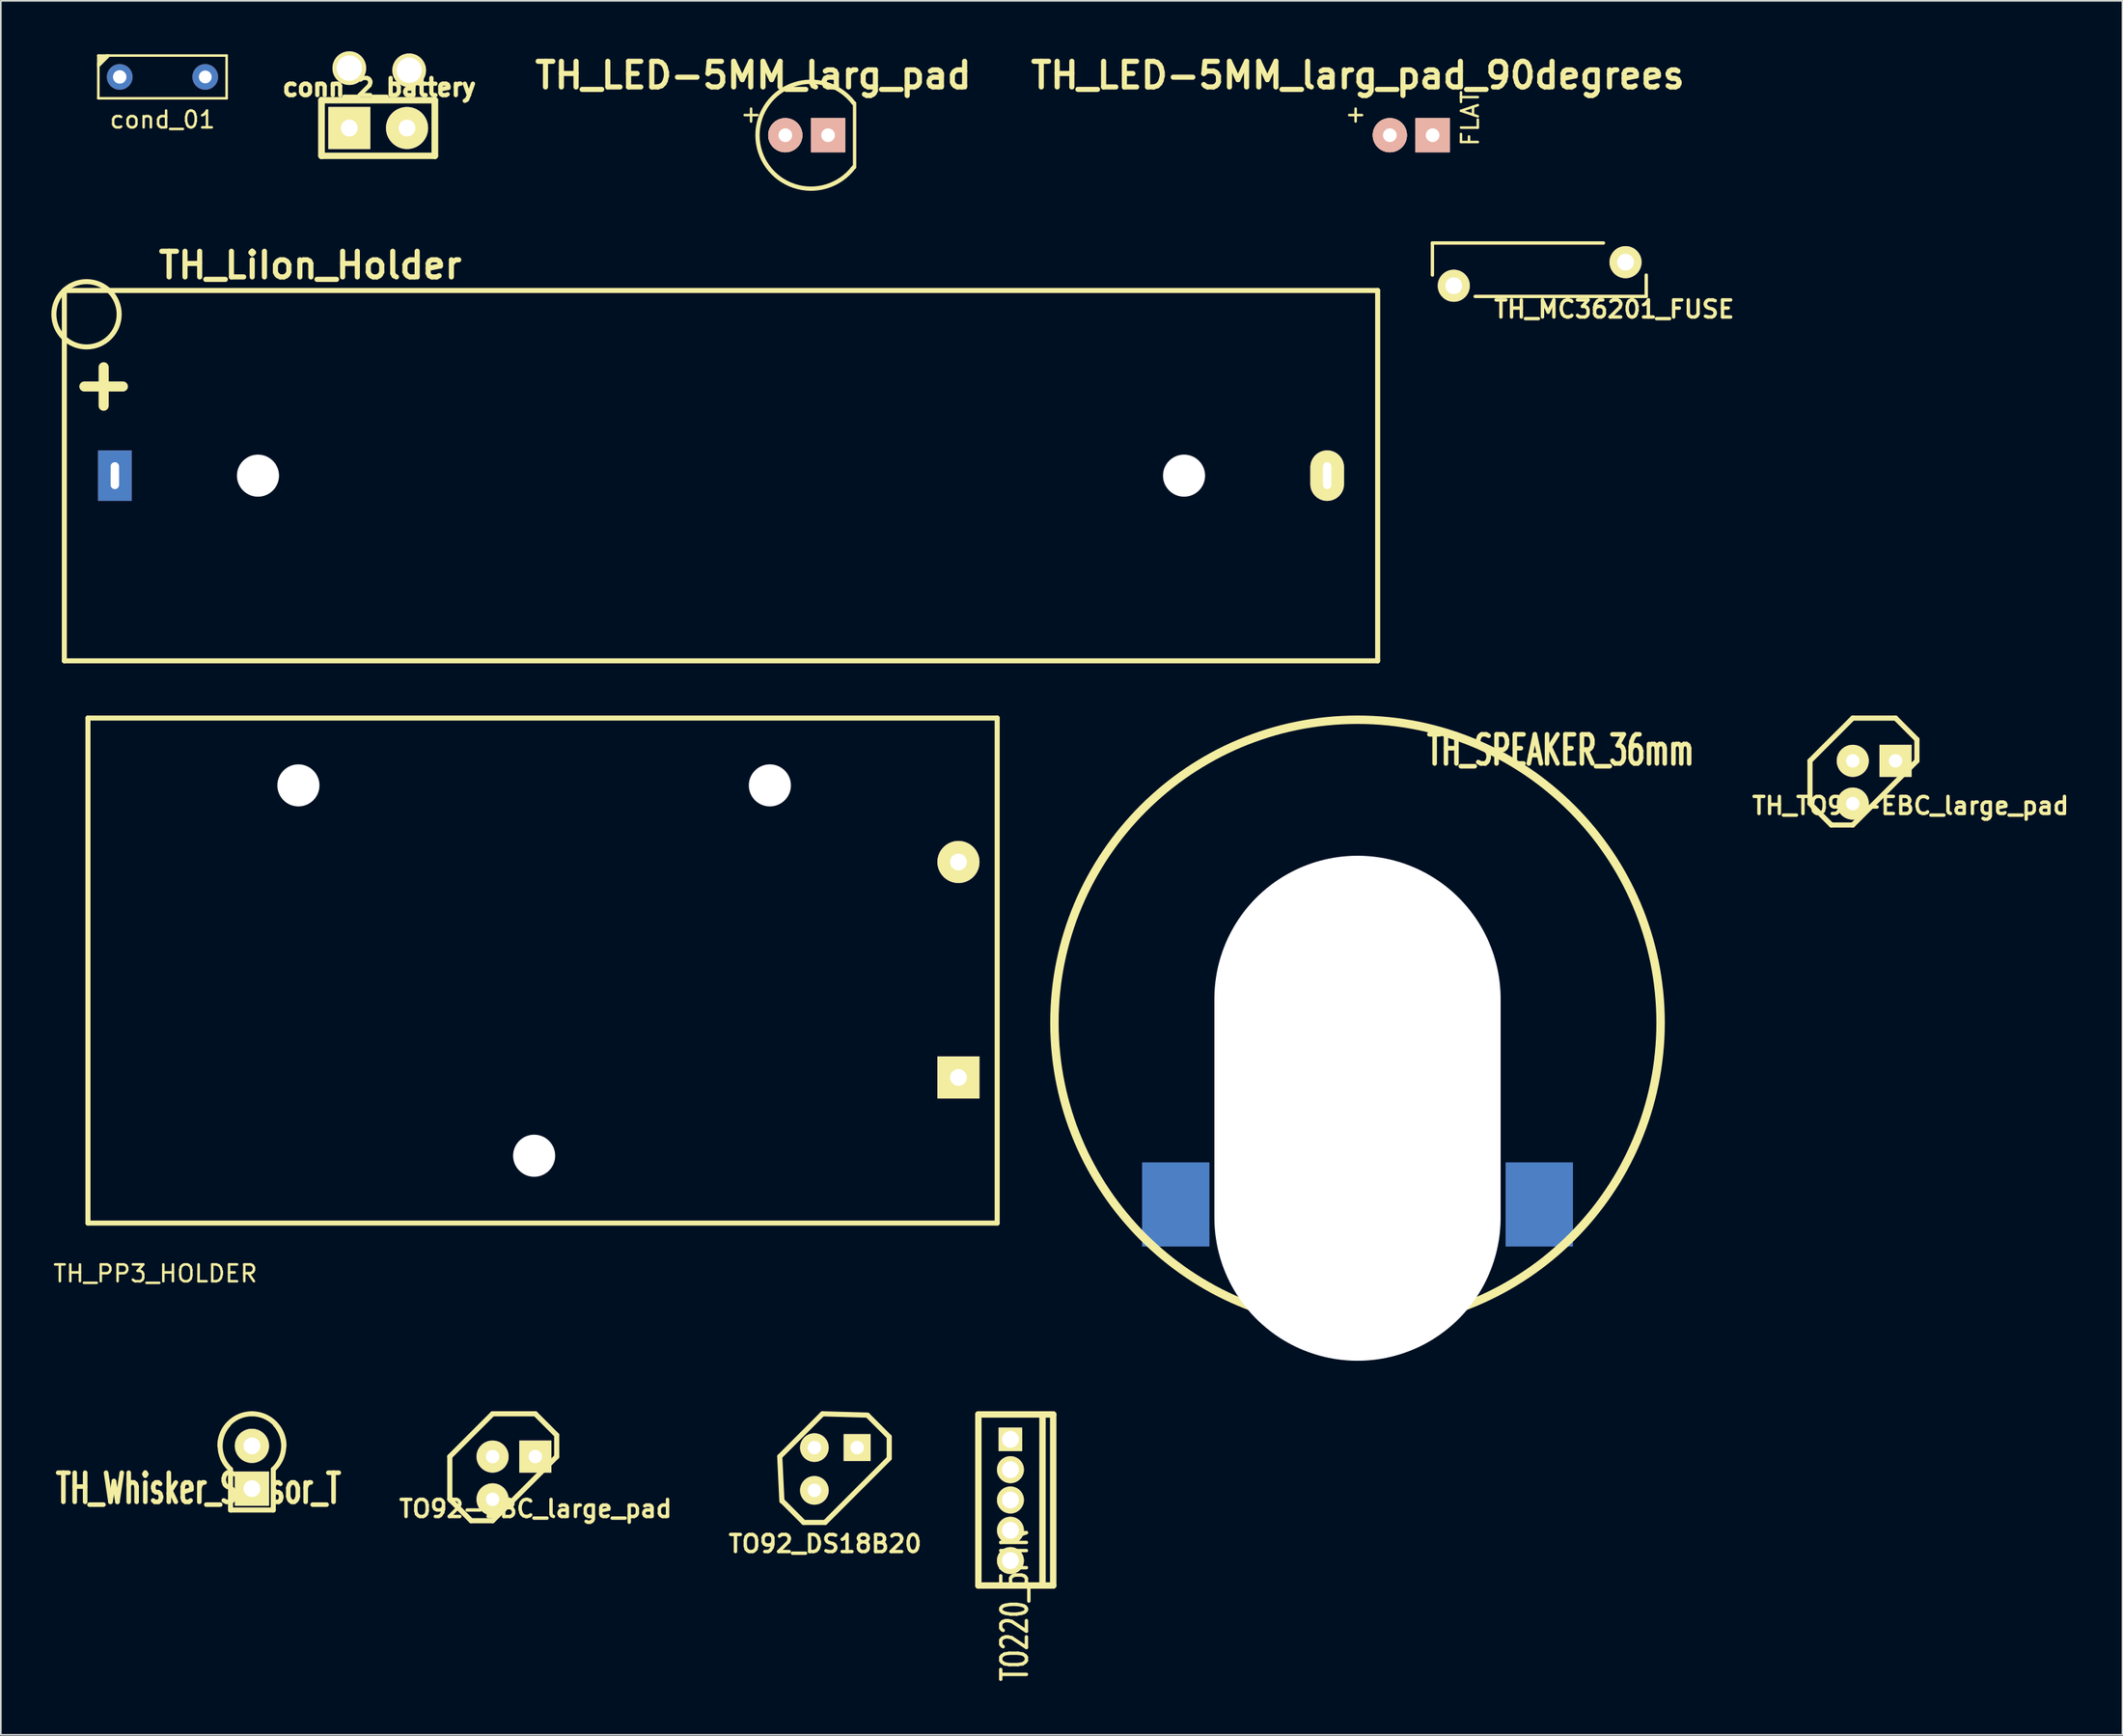
<source format=kicad_pcb>
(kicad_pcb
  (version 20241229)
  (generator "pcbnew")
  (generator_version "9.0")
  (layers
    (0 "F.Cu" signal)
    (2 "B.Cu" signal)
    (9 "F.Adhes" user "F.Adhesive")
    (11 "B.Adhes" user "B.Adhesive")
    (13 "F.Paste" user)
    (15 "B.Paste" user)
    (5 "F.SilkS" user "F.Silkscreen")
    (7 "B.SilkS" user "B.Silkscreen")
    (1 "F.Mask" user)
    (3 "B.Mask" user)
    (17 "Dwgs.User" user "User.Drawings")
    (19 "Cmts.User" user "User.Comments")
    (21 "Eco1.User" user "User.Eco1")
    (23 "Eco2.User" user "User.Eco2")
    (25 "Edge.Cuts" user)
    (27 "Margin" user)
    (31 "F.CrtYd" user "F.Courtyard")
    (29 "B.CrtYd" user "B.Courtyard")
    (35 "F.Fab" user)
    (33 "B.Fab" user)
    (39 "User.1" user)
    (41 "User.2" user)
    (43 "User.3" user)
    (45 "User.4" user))
  (footprint "TO92-EBC_large_pad"
    (layer "F.Cu")
    (at 27.474 84.748)
    (property "Reference" "TO92-EBC_large_pad" (at 1.283 1.829 0) (layer "F.SilkS") (effects (font (size 1.016 1.016) (thickness 0.203))))
    (attr through_hole)
    (fp_line (start -3.81 -1.27) (end -3.81 1.27) (stroke (width 0.305) (type solid)) (layer "F.SilkS"))
    (fp_line (start -3.81 1.27) (end -2.54 2.54) (stroke (width 0.305) (type solid)) (layer "F.SilkS"))
    (fp_line (start -2.54 2.54) (end -1.27 2.54) (stroke (width 0.305) (type solid)) (layer "F.SilkS"))
    (fp_line (start -1.27 -3.81) (end -3.81 -1.27) (stroke (width 0.305) (type solid)) (layer "F.SilkS"))
    (fp_line (start -1.27 2.54) (end 2.54 -1.27) (stroke (width 0.305) (type solid)) (layer "F.SilkS"))
    (fp_line (start 1.27 -3.81) (end -1.27 -3.81) (stroke (width 0.305) (type solid)) (layer "F.SilkS"))
    (fp_line (start 2.54 -2.54) (end 1.27 -3.81) (stroke (width 0.305) (type solid)) (layer "F.SilkS"))
    (fp_line (start 2.54 -1.27) (end 2.54 -2.54) (stroke (width 0.305) (type solid)) (layer "F.SilkS"))
    (pad "1" thru_hole rect (at 1.27 -1.27) (size 1.905 1.905) (drill 0.8) (layers "*.Cu" "*.Mask" "F.SilkS"))
    (pad "2" thru_hole circle (at -1.27 -1.27) (size 1.905 1.905) (drill 0.8) (layers "*.Cu" "*.Mask" "F.SilkS"))
    (pad "3" thru_hole circle (at -1.27 1.27) (size 1.905 1.905) (drill 0.8) (layers "*.Cu" "*.Mask" "F.SilkS")))
  (footprint "conn_2_battery"
    (layer "F.Cu")
    (at 20.235 4.555)
    (property "Reference" "conn_2_battery" (at -0.762 -2.413 0) (layer "F.SilkS") (effects (font (size 1.016 1.016) (thickness 0.254))))
    (attr through_hole)
    (fp_line (start -4.191 -1.651) (end -4.191 1.651) (stroke (width 0.381) (type solid)) (layer "F.SilkS"))
    (fp_line (start -4.191 1.651) (end -4.191 -1.651) (stroke (width 0.381) (type solid)) (layer "F.SilkS"))
    (fp_line (start -4.191 1.651) (end 2.54 1.651) (stroke (width 0.381) (type solid)) (layer "F.SilkS"))
    (fp_line (start 2.54 -1.651) (end -4.191 -1.651) (stroke (width 0.381) (type solid)) (layer "F.SilkS"))
    (fp_line (start 2.54 -1.651) (end 2.54 1.651) (stroke (width 0.381) (type solid)) (layer "F.SilkS"))
    (fp_line (start 2.54 1.651) (end 2.54 -1.651) (stroke (width 0.381) (type solid)) (layer "F.SilkS"))
    (pad "1" thru_hole rect (at -2.54 0) (size 2.499 2.499) (drill 1.001) (layers "*.Cu" "*.Mask" "F.SilkS"))
    (pad "2" thru_hole circle (at 0.889 0) (size 2.499 2.499) (drill 1.001) (layers "*.Cu" "*.Mask" "F.SilkS"))
    (pad "3" thru_hole circle (at -2.54 -3.556) (size 1.999 1.999) (drill 1.501) (layers "*.Cu" "*.Mask" "F.SilkS"))
    (pad "4" thru_hole circle (at 1.016 -3.429) (size 1.999 1.999) (drill 1.501) (layers "*.Cu" "*.Mask" "F.SilkS")))
  (footprint "TH_MC36201_FUSE"
    (layer "F.Cu")
    (at 83.291 13.924)
    (property "Reference" "TH_MC36201_FUSE" (at 9.525 1.397 0) (layer "F.SilkS") (effects (font (size 1.016 1.016) (thickness 0.203))))
    (attr through_hole)
    (fp_line (start -1.27 -2.54) (end -1.27 -0.635) (stroke (width 0.2) (type solid)) (layer "F.SilkS"))
    (fp_line (start -1.27 -2.54) (end 8.89 -2.54) (stroke (width 0.2) (type solid)) (layer "F.SilkS"))
    (fp_line (start 1.27 0.635) (end 11.43 0.635) (stroke (width 0.2) (type solid)) (layer "F.SilkS"))
    (fp_line (start 11.43 0.635) (end 11.43 -0.635) (stroke (width 0.2) (type solid)) (layer "F.SilkS"))
    (pad "1" thru_hole circle (at 0 0) (size 1.905 1.905) (drill 1) (layers "*.Cu" "*.Mask" "F.SilkS"))
    (pad "2" thru_hole circle (at 10.2 -1.4) (size 1.905 1.905) (drill 1) (layers "*.Cu" "*.Mask" "F.SilkS")))
  (footprint "TH_LED-5MM_larg_pad"
    (layer "F.Cu")
    (at 44.859 4.982)
    (property "Reference" "TH_LED-5MM_larg_pad" (at -3.175 -3.556 0) (layer "F.SilkS") (effects (font (size 1.524 1.524) (thickness 0.305))))
    (attr exclude_from_pos_files exclude_from_bom)
    (fp_line (start 2.845 1.905) (end 2.845 -1.905) (stroke (width 0.203) (type solid)) (layer "F.SilkS"))
    (fp_arc (start 2.794 1.905) (mid -2.921 0.001668) (end 2.791997 -1.907668) (stroke (width 0.254) (type solid)) (layer "F.SilkS"))
    (fp_text user "+" (at -3.302 -1.27 0) (layer "F.SilkS") (effects (font (size 1 1) (thickness 0.15))))
    (pad "1" thru_hole rect (at 1.27 0) (size 2.032 2.032) (drill 0.813) (layers "*.Cu" "*.SilkS" "*.Mask" "F.Paste"))
    (pad "2" thru_hole circle (at -1.27 0) (size 2.032 2.032) (drill 0.813) (layers "*.Cu" "*.SilkS" "*.Mask" "F.Paste")))
  (footprint "TO92_DS18B20"
    (layer "F.Cu")
    (at 47.222 84.85)
    (property "Reference" "TO92_DS18B20" (at -1.27 3.81 0) (layer "F.SilkS") (effects (font (size 1.016 1.016) (thickness 0.203))))
    (attr through_hole)
    (fp_line (start -3.962 -1.372) (end -3.835 1.27) (stroke (width 0.305) (type solid)) (layer "F.SilkS"))
    (fp_line (start -3.81 1.27) (end -2.54 2.54) (stroke (width 0.305) (type solid)) (layer "F.SilkS"))
    (fp_line (start -2.54 2.54) (end -1.27 2.54) (stroke (width 0.305) (type solid)) (layer "F.SilkS"))
    (fp_line (start -1.422 -3.912) (end -3.962 -1.372) (stroke (width 0.305) (type solid)) (layer "F.SilkS"))
    (fp_line (start -1.422 -3.912) (end 1.245 -3.835) (stroke (width 0.305) (type solid)) (layer "F.SilkS"))
    (fp_line (start -1.27 2.54) (end 2.54 -1.27) (stroke (width 0.305) (type solid)) (layer "F.SilkS"))
    (fp_line (start 2.54 -2.54) (end 1.27 -3.81) (stroke (width 0.305) (type solid)) (layer "F.SilkS"))
    (fp_line (start 2.54 -1.27) (end 2.54 -2.54) (stroke (width 0.305) (type solid)) (layer "F.SilkS"))
    (pad "1" thru_hole circle (at -1.905 0.635) (size 1.7 1.7) (drill 0.8) (layers "*.Cu" "*.Mask" "F.SilkS"))
    (pad "2" thru_hole circle (at -1.905 -1.905) (size 1.7 1.7) (drill 0.8) (layers "*.Cu" "*.Mask" "F.SilkS"))
    (pad "3" thru_hole rect (at 0.635 -1.905) (size 1.6 1.6) (drill 0.8) (layers "*.Cu" "*.Mask" "F.SilkS")))
  (footprint "TH_PP3_HOLDER"
    (layer "F.Cu")
    (at 2.173 69.606)
    (property "Reference" "TH_PP3_HOLDER" (at 4 3 0) (layer "F.SilkS") (effects (font (size 1 1) (thickness 0.15))))
    (attr through_hole)
    (fp_line (start 0 -30) (end 54 -30) (stroke (width 0.3) (type solid)) (layer "F.SilkS"))
    (fp_line (start 0 0) (end 0 -30) (stroke (width 0.3) (type solid)) (layer "F.SilkS"))
    (fp_line (start 54 -30) (end 54 0) (stroke (width 0.3) (type solid)) (layer "F.SilkS"))
    (fp_line (start 54 0) (end 0 0) (stroke (width 0.3) (type solid)) (layer "F.SilkS"))
    (pad "" np_thru_hole circle (at 12.5 -26) (size 2.5 2.5) (drill 2.5) (layers "*.Cu" "*.Mask"))
    (pad "" np_thru_hole circle (at 26.5 -4) (size 2.5 2.5) (drill 2.5) (layers "*.Cu" "*.Mask"))
    (pad "" np_thru_hole circle (at 40.5 -26) (size 2.5 2.5) (drill 2.5) (layers "*.Cu" "*.Mask"))
    (pad "1" thru_hole rect (at 51.7 -8.65) (size 2.5 2.5) (drill 1) (layers "*.Cu" "*.Mask" "F.SilkS"))
    (pad "2" thru_hole circle (at 51.7 -21.45) (size 2.5 2.5) (drill 1) (layers "*.Cu" "*.Mask" "F.SilkS")))
  (footprint "cond_01"
    (layer "F.Cu")
    (at 0.25 0.25)
    (property "Reference" "cond_01" (at 6.35 3.81 0) (layer "F.SilkS") (effects (font (size 1 1) (thickness 0.15))))
    (attr through_hole)
    (fp_line (start 2.54 0) (end 2.54 2.54) (stroke (width 0.15) (type solid)) (layer "F.SilkS"))
    (fp_line (start 2.54 0.508) (end 2.921 0.127) (stroke (width 0.15) (type solid)) (layer "F.SilkS"))
    (fp_line (start 2.54 0.635) (end 3.175 0) (stroke (width 0.15) (type solid)) (layer "F.SilkS"))
    (fp_line (start 2.54 2.54) (end 10.16 2.54) (stroke (width 0.15) (type solid)) (layer "F.SilkS"))
    (fp_line (start 2.667 0.127) (end 2.794 0.127) (stroke (width 0.15) (type solid)) (layer "F.SilkS"))
    (fp_line (start 2.667 0.381) (end 2.667 0.127) (stroke (width 0.15) (type solid)) (layer "F.SilkS"))
    (fp_line (start 2.794 0.127) (end 2.794 0.254) (stroke (width 0.15) (type solid)) (layer "F.SilkS"))
    (fp_line (start 2.794 0.127) (end 3.048 0) (stroke (width 0.15) (type solid)) (layer "F.SilkS"))
    (fp_line (start 2.794 0.254) (end 2.921 0.127) (stroke (width 0.15) (type solid)) (layer "F.SilkS"))
    (fp_line (start 2.921 0.127) (end 2.794 0.127) (stroke (width 0.15) (type solid)) (layer "F.SilkS"))
    (fp_line (start 3.048 0) (end 2.54 0.508) (stroke (width 0.15) (type solid)) (layer "F.SilkS"))
    (fp_line (start 10.16 0) (end 2.54 0) (stroke (width 0.15) (type solid)) (layer "F.SilkS"))
    (fp_line (start 10.16 2.54) (end 10.16 0) (stroke (width 0.15) (type solid)) (layer "F.SilkS"))
    (pad "1" thru_hole circle (at 3.81 1.27) (size 1.524 1.524) (drill 0.8) (layers "*.Cu" "*.Mask"))
    (pad "2" thru_hole circle (at 8.89 1.27) (size 1.524 1.524) (drill 0.762) (layers "*.Cu" "*.Mask")))
  (footprint "TH_LED-5MM_larg_pad_90degrees"
    (layer "F.Cu")
    (at 80.763 4.982)
    (property "Reference" "TH_LED-5MM_larg_pad_90degrees" (at -3.175 -3.556 0) (layer "F.SilkS") (effects (font (size 1.524 1.524) (thickness 0.305))))
    (attr exclude_from_pos_files exclude_from_bom)
    (fp_text user "FLAT" (at 3.5 -1 90) (layer "F.SilkS") (effects (font (size 1 1) (thickness 0.15))))
    (fp_text user "+" (at -3.302 -1.27 0) (layer "F.SilkS") (effects (font (size 1 1) (thickness 0.15))))
    (pad "1" thru_hole rect (at 1.27 0) (size 2.032 2.032) (drill 0.813) (layers "*.Cu" "*.SilkS" "*.Mask" "F.Paste"))
    (pad "2" thru_hole circle (at -1.27 0) (size 2.032 2.032) (drill 0.813) (layers "*.Cu" "*.SilkS" "*.Mask" "F.Paste")))
  (footprint "TH_SPEAKER_36mm"
    (layer "F.Cu")
    (at 77.573 57.706)
    (property "Reference" "TH_SPEAKER_36mm" (at 12.06 -16.19 0) (layer "F.SilkS") (effects (font (size 1.73 1.087) (thickness 0.272))))
    (attr through_hole)
    (fp_circle (center 0 0) (end 18 0) (stroke (width 0.5) (type solid)) (fill no) (layer "F.SilkS"))
    (pad "" np_thru_hole oval (at 0 5.08) (size 17 30) (drill oval 17 30) (layers "*.Cu" "*.Mask"))
    (pad "1" smd rect (at -10.795 10.795) (size 4 5) (layers "B.Cu" "B.Mask" "B.Paste"))
    (pad "2" smd rect (at 10.795 10.795) (size 4 5) (layers "B.Cu" "B.Mask" "B.Paste")))
  (footprint "TH_Whisker_Sensor_T"
    (layer "F.Cu")
    (at 11.912 84.111)
    (property "Reference" "TH_Whisker_Sensor_T" (at -3.175 1.27 0) (layer "F.SilkS") (effects (font (size 1.73 1.087) (thickness 0.272))))
    (attr through_hole)
    (fp_line (start -1.27 0.127) (end -1.27 2.54) (stroke (width 0.3) (type solid)) (layer "F.SilkS"))
    (fp_line (start -1.27 2.54) (end 1.27 2.54) (stroke (width 0.3) (type solid)) (layer "F.SilkS"))
    (fp_line (start 1.27 2.54) (end 1.27 0.127) (stroke (width 0.3) (type solid)) (layer "F.SilkS"))
    (fp_arc (start -1.905 -1.27) (mid -1.347038 -2.617038) (end 0 -3.175) (stroke (width 0.3) (type solid)) (layer "F.SilkS"))
    (fp_arc (start -1.27 0.127) (mid -1.885854 -1.180197) (end -1.397 -2.54) (stroke (width 0.3) (type solid)) (layer "F.SilkS"))
    (fp_arc (start 0 -3.175) (mid 1.347038 -2.617038) (end 1.905 -1.27) (stroke (width 0.3) (type solid)) (layer "F.SilkS"))
    (fp_arc (start 1.397 -2.54) (mid 1.885854 -1.180197) (end 1.27 0.127) (stroke (width 0.3) (type solid)) (layer "F.SilkS"))
    (pad "1" thru_hole rect (at 0 1.27) (size 2.032 2.032) (drill 1.001) (layers "*.Cu" "*.Mask" "F.SilkS"))
    (pad "2" thru_hole circle (at 0 -1.27) (size 2.032 2.032) (drill 1.001) (layers "*.Cu" "*.Mask" "F.SilkS")))
  (footprint "TH_TO92-EBC_large_pad"
    (layer "F.Cu")
    (at 108.256 43.418)
    (property "Reference" "TH_TO92-EBC_large_pad" (at 2.159 1.397 0) (layer "F.SilkS") (effects (font (size 1.016 1.016) (thickness 0.203))))
    (attr through_hole)
    (fp_line (start -3.81 -1.27) (end -3.81 1.27) (stroke (width 0.305) (type solid)) (layer "F.SilkS"))
    (fp_line (start -3.81 1.27) (end -2.54 2.54) (stroke (width 0.305) (type solid)) (layer "F.SilkS"))
    (fp_line (start -2.54 2.54) (end -1.27 2.54) (stroke (width 0.305) (type solid)) (layer "F.SilkS"))
    (fp_line (start -1.27 -3.81) (end -3.81 -1.27) (stroke (width 0.305) (type solid)) (layer "F.SilkS"))
    (fp_line (start -1.27 2.54) (end 2.54 -1.27) (stroke (width 0.305) (type solid)) (layer "F.SilkS"))
    (fp_line (start 1.27 -3.81) (end -1.27 -3.81) (stroke (width 0.305) (type solid)) (layer "F.SilkS"))
    (fp_line (start 2.54 -2.54) (end 1.27 -3.81) (stroke (width 0.305) (type solid)) (layer "F.SilkS"))
    (fp_line (start 2.54 -1.27) (end 2.54 -2.54) (stroke (width 0.305) (type solid)) (layer "F.SilkS"))
    (pad "1" thru_hole rect (at 1.27 -1.27) (size 1.905 1.905) (drill 0.8) (layers "*.Cu" "*.Mask" "F.SilkS"))
    (pad "2" thru_hole circle (at -1.27 -1.27) (size 1.905 1.905) (drill 0.8) (layers "*.Cu" "*.Mask" "F.SilkS"))
    (pad "3" thru_hole circle (at -1.27 1.27) (size 1.905 1.905) (drill 0.8) (layers "*.Cu" "*.Mask" "F.SilkS")))
  (footprint "TH_LiIon_Holder"
    (layer "F.Cu")
    (at 0.771 36.206)
    (property "Reference" "TH_LiIon_Holder" (at 14.605 -23.495 180) (layer "F.SilkS") (effects (font (size 1.524 1.524) (thickness 0.305))))
    (attr through_hole)
    (fp_line (start 0 -22) (end 78 -22) (stroke (width 0.3) (type solid)) (layer "F.SilkS"))
    (fp_line (start 0 0) (end 0 -22) (stroke (width 0.3) (type solid)) (layer "F.SilkS"))
    (fp_line (start 78 -22) (end 78 0) (stroke (width 0.3) (type solid)) (layer "F.SilkS"))
    (fp_line (start 78 0) (end 0 0) (stroke (width 0.3) (type solid)) (layer "F.SilkS"))
    (fp_circle (center 1.318 -20.586) (end 2.969 -19.57) (stroke (width 0.3) (type solid)) (fill no) (layer "F.SilkS"))
    (fp_text user "+" (at 2.334 -16.51 0) (layer "F.SilkS") (effects (font (size 3 3) (thickness 0.6))))
    (pad "" np_thru_hole circle (at 11.5 -11) (size 2.5 2.5) (drill 2.5) (layers "*.Cu" "*.Mask"))
    (pad "" np_thru_hole circle (at 66.5 -11) (size 2.5 2.5) (drill 2.5) (layers "*.Cu" "*.Mask"))
    (pad "1" thru_hole rect (at 3 -11) (size 2 3) (drill oval 0.5 1.6) (layers "*.Cu" "*.Mask"))
    (pad "2" thru_hole oval (at 75 -11) (size 2 3) (drill oval 0.5 1.6) (layers "*.Cu" "*.Mask" "F.SilkS")))
  (footprint "TO220_5PIN"
    (layer "F.Cu")
    (at 56.96 86.056)
    (property "Reference" "TO220_5PIN" (at 0.254 6.223 90) (layer "F.SilkS") (effects (font (size 1.524 1.016) (thickness 0.203))))
    (attr through_hole)
    (fp_line (start -1.905 -5.08) (end 1.905 -5.08) (stroke (width 0.381) (type solid)) (layer "F.SilkS"))
    (fp_line (start -1.905 5.08) (end -1.905 -5.08) (stroke (width 0.381) (type solid)) (layer "F.SilkS"))
    (fp_line (start 1.905 -5.08) (end 1.905 5.08) (stroke (width 0.381) (type solid)) (layer "F.SilkS"))
    (fp_line (start 1.905 -5.08) (end 2.54 -5.08) (stroke (width 0.381) (type solid)) (layer "F.SilkS"))
    (fp_line (start 1.905 5.08) (end -1.905 5.08) (stroke (width 0.381) (type solid)) (layer "F.SilkS"))
    (fp_line (start 2.54 -5.08) (end 2.54 5.08) (stroke (width 0.381) (type solid)) (layer "F.SilkS"))
    (fp_line (start 2.54 5.08) (end 1.905 5.08) (stroke (width 0.381) (type solid)) (layer "F.SilkS"))
    (pad "1" thru_hole rect (at 0 -3.6) (size 1.4 1.4) (drill 1.001) (layers "*.Cu" "*.Mask" "F.SilkS"))
    (pad "2" thru_hole circle (at 0 -1.8) (size 1.6 1.6) (drill 1.001) (layers "*.Cu" "*.Mask" "F.SilkS"))
    (pad "3" thru_hole circle (at 0 0) (size 1.6 1.6) (drill 1.001) (layers "*.Cu" "*.Mask" "F.SilkS"))
    (pad "4" thru_hole circle (at 0 1.8) (size 1.6 1.6) (drill 1.001) (layers "*.Cu" "*.Mask" "F.SilkS"))
    (pad "5" thru_hole circle (at 0 3.6) (size 1.6 1.6) (drill 1.001) (layers "*.Cu" "*.Mask" "F.SilkS")))
  (gr_rect
    (start -3 -3)
    (end 123.004 100.006)
    (stroke (width 0.1) (type default))
    (fill no)
    (layer "Edge.Cuts")))
</source>
